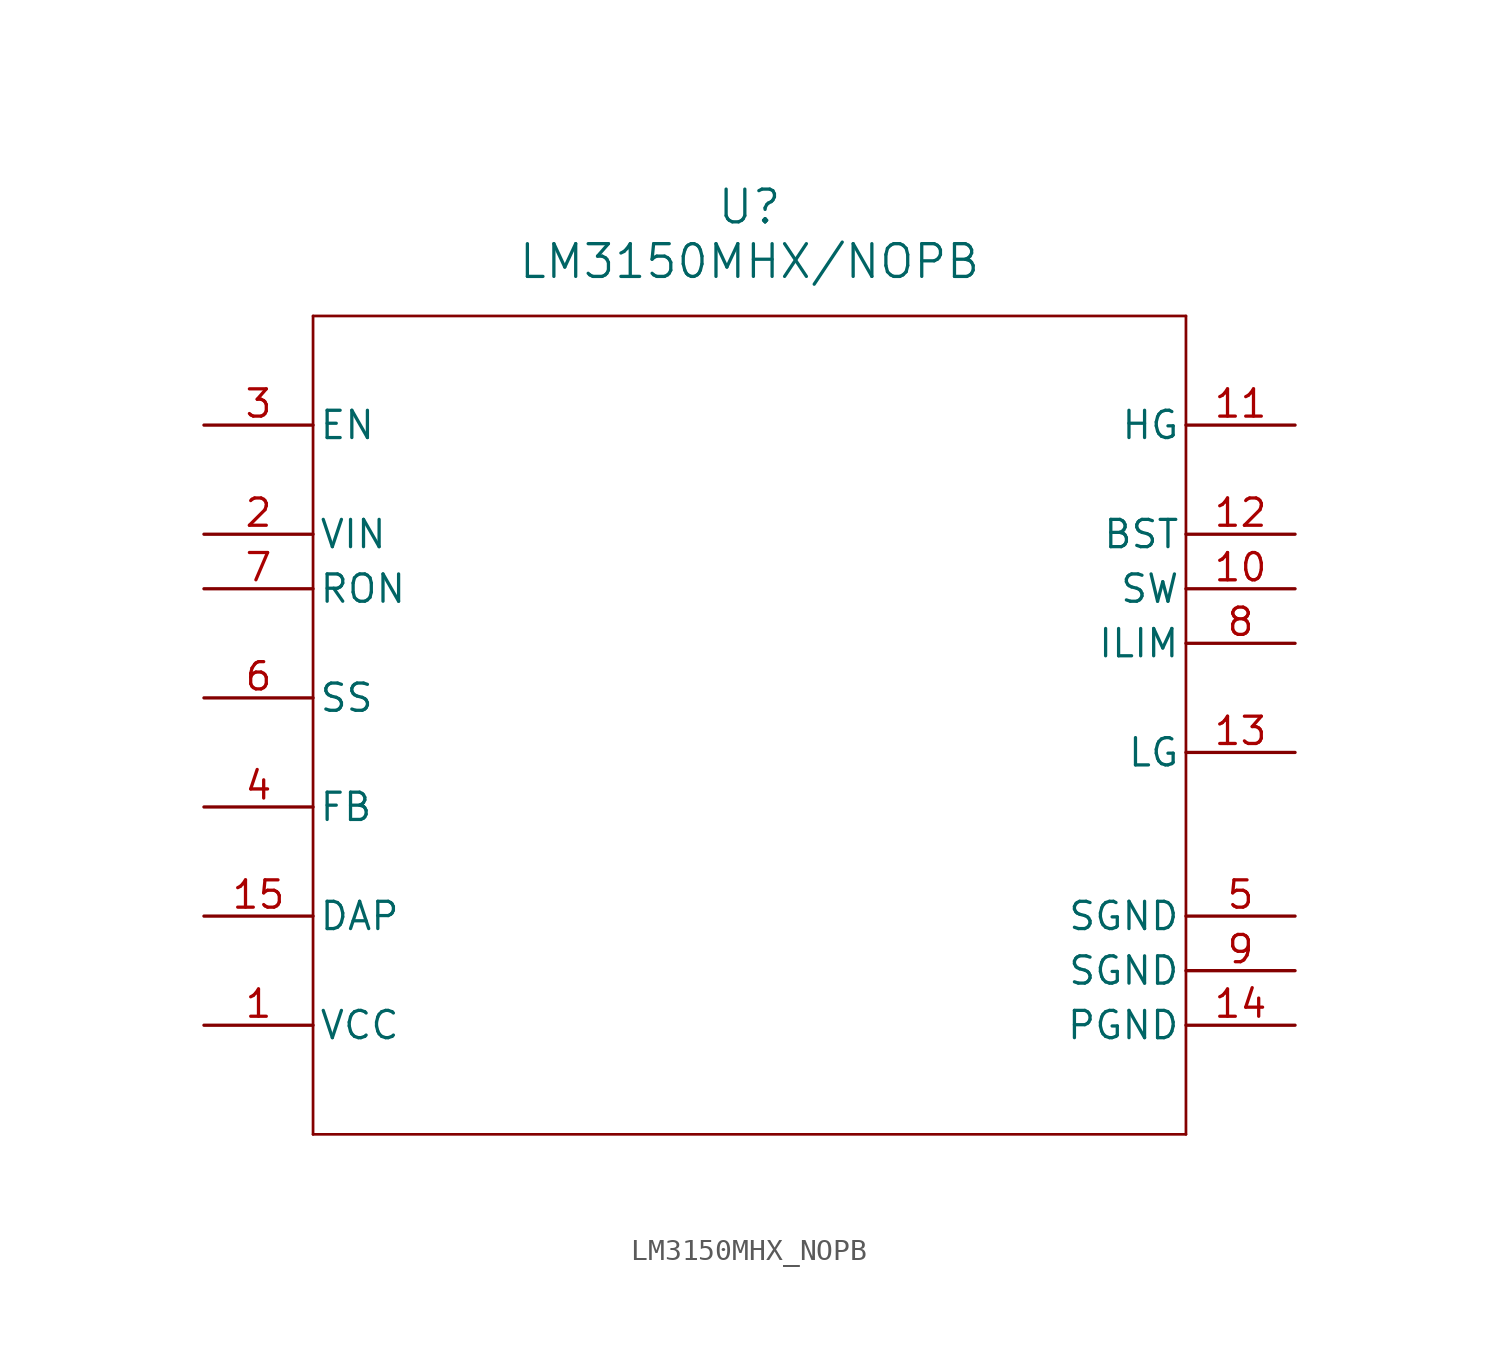
<source format=kicad_sym>
(kicad_symbol_lib
  (version 20211014)
  (generator kicad_symbol_editor)
  (symbol "LM3150MHX_NOPB"
    (pin_names
      (offset 0.254))
    (property "Reference" "U"
      (at 25.4 10.16 0)
      (effects (font (size 1.524 1.524))))
    (property "Value" "LM3150MHX/NOPB"
      (at 25.4 7.62 0)
      (effects (font (size 1.524 1.524))))
    (symbol "LM3150MHX_NOPB_0_1"
      (polyline (pts (xy 5.08 5.08) (xy 5.08 -33.02)) (stroke (width 0.127) (type default) (color 0 0 0 0)) (fill (type none)))
      (polyline (pts (xy 5.08 -33.02) (xy 45.72 -33.02)) (stroke (width 0.127) (type default) (color 0 0 0 0)) (fill (type none)))
      (polyline (pts (xy 45.72 -33.02) (xy 45.72 5.08)) (stroke (width 0.127) (type default) (color 0 0 0 0)) (fill (type none)))
      (polyline (pts (xy 45.72 5.08) (xy 5.08 5.08)) (stroke (width 0.127) (type default) (color 0 0 0 0)) (fill (type none)))
      (pin power_in line (at 0 -27.94 0) (length 5.08) (name "VCC" (effects (font (size 1.27 1.27)))) (number "1" (effects (font (size 1.27 1.27)))))
      (pin power_in line (at 0 -5.08 0) (length 5.08) (name "VIN" (effects (font (size 1.27 1.27)))) (number "2" (effects (font (size 1.27 1.27)))))
      (pin input line (at 0 0 0) (length 5.08) (name "EN" (effects (font (size 1.27 1.27)))) (number "3" (effects (font (size 1.27 1.27)))))
      (pin input line (at 0 -17.78 0) (length 5.08) (name "FB" (effects (font (size 1.27 1.27)))) (number "4" (effects (font (size 1.27 1.27)))))
      (pin power_in line (at 50.8 -22.86 180) (length 5.08) (name "SGND" (effects (font (size 1.27 1.27)))) (number "5" (effects (font (size 1.27 1.27)))))
      (pin input line (at 0 -12.7 0) (length 5.08) (name "SS" (effects (font (size 1.27 1.27)))) (number "6" (effects (font (size 1.27 1.27)))))
      (pin input line (at 0 -7.62 0) (length 5.08) (name "RON" (effects (font (size 1.27 1.27)))) (number "7" (effects (font (size 1.27 1.27)))))
      (pin passive line (at 50.8 -10.16 180) (length 5.08) (name "ILIM" (effects (font (size 1.27 1.27)))) (number "8" (effects (font (size 1.27 1.27)))))
      (pin power_in line (at 50.8 -25.4 180) (length 5.08) (name "SGND" (effects (font (size 1.27 1.27)))) (number "9" (effects (font (size 1.27 1.27)))))
      (pin power_in line (at 50.8 -7.62 180) (length 5.08) (name "SW" (effects (font (size 1.27 1.27)))) (number "10" (effects (font (size 1.27 1.27)))))
      (pin output line (at 50.8 0 180) (length 5.08) (name "HG" (effects (font (size 1.27 1.27)))) (number "11" (effects (font (size 1.27 1.27)))))
      (pin passive line (at 50.8 -5.08 180) (length 5.08) (name "BST" (effects (font (size 1.27 1.27)))) (number "12" (effects (font (size 1.27 1.27)))))
      (pin output line (at 50.8 -15.24 180) (length 5.08) (name "LG" (effects (font (size 1.27 1.27)))) (number "13" (effects (font (size 1.27 1.27)))))
      (pin power_in line (at 50.8 -27.94 180) (length 5.08) (name "PGND" (effects (font (size 1.27 1.27)))) (number "14" (effects (font (size 1.27 1.27)))))
      (pin power_in line (at 0 -22.86 0) (length 5.08) (name "DAP" (effects (font (size 1.27 1.27)))) (number "15" (effects (font (size 1.27 1.27))))))))
</source>
